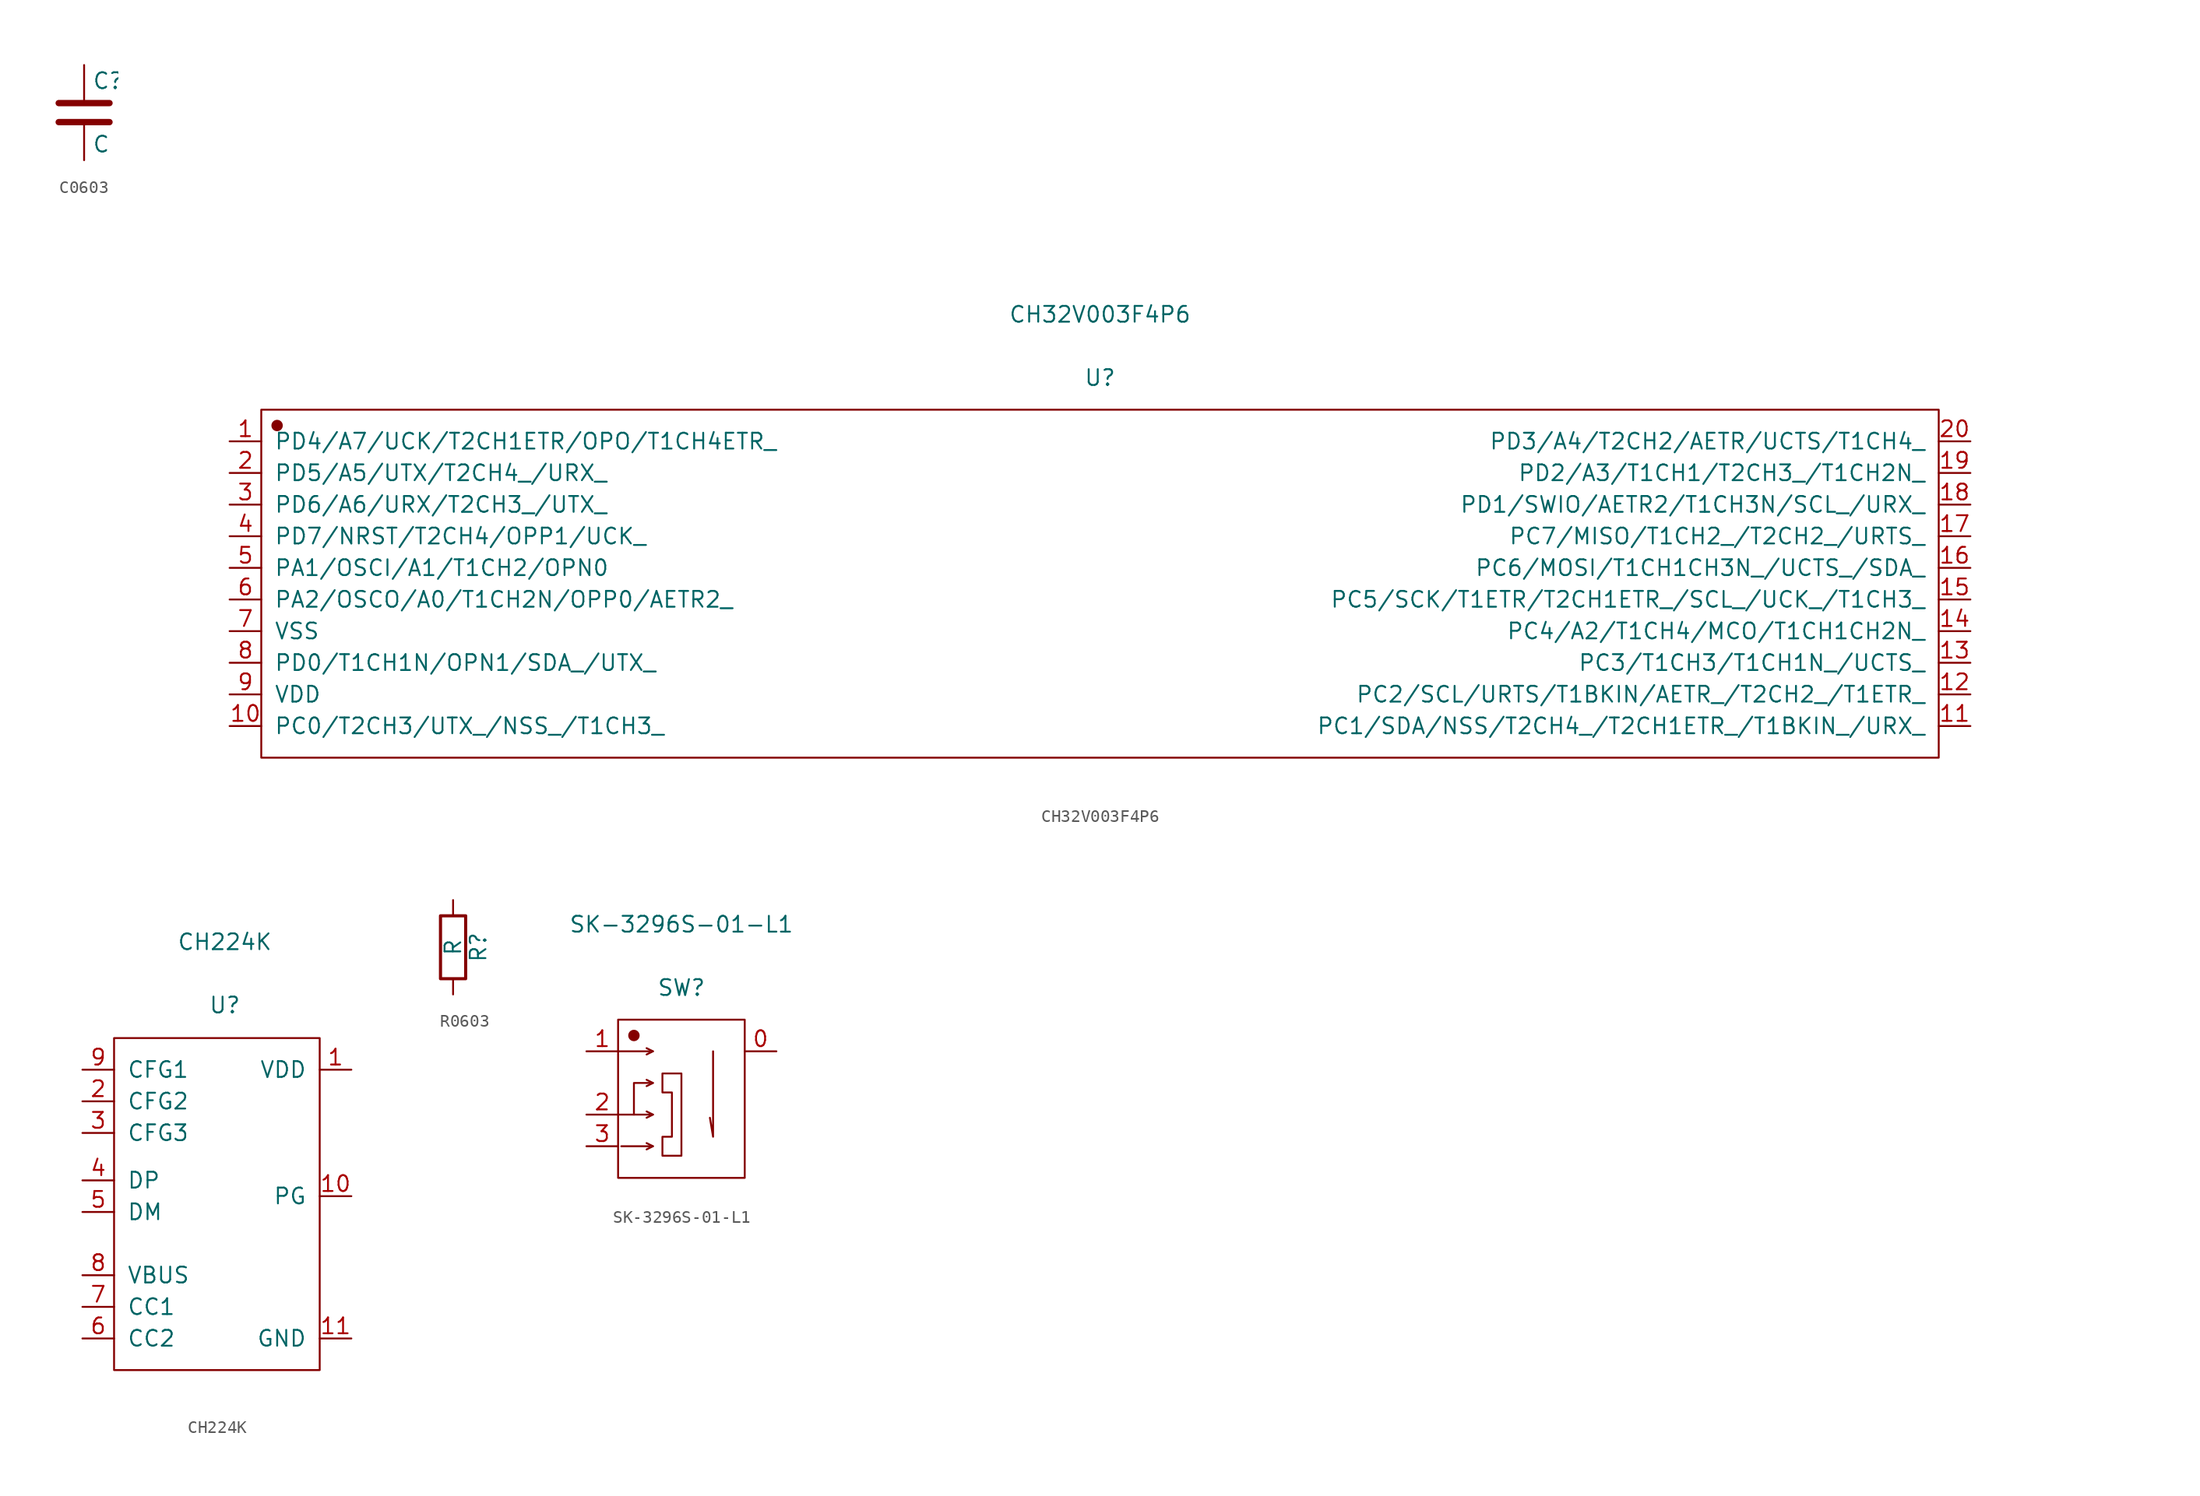
<source format=kicad_sym>
(kicad_symbol_lib
  (version 20220914)
  (generator kicad_symbol_editor)
  (symbol "C0603"
    (pin_numbers hide)
    (pin_names
      (offset 0.254))
    (property "Reference" "C"
      (at 0.635 2.54 0)
      (effects (font (size 1.27 1.27)) (justify left)))
    (property "Value" "C"
      (at 0.635 -2.54 0)
      (effects (font (size 1.27 1.27)) (justify left)))
    (symbol "C0603_0_1"
      (polyline (pts (xy -2.032 -0.762) (xy 2.032 -0.762)) (stroke (width 0.508) (type default)) (fill (type none)))
      (polyline (pts (xy -2.032 0.762) (xy 2.032 0.762)) (stroke (width 0.508) (type default)) (fill (type none))))
    (symbol "C0603_1_1"
      (pin passive line (at 0 3.81 270) (length 2.794) (name "~" (effects (font (size 1.27 1.27)))) (number "1" (effects (font (size 1.27 1.27)))))
      (pin passive line (at 0 -3.81 90) (length 2.794) (name "~" (effects (font (size 1.27 1.27)))) (number "2" (effects (font (size 1.27 1.27)))))))
  (symbol "CH32V003F4P6"
    (pin_names
      (offset 1.016))
    (property "Reference" "U"
      (at 0 16.535 0)
      (effects (font (size 1.27 1.27))))
    (property "Value" "CH32V003F4P6"
      (at 0 21.615 0)
      (effects (font (size 1.27 1.27))))
    (symbol "CH32V003F4P6_1_1"
      (rectangle (start -67.31 13.97) (end 67.31 -13.97) (stroke (width 0.152) (type solid)) (fill (type none)))
      (circle (center -66.04 12.7) (radius 0.381) (stroke (width 0.152) (type solid)) (fill (type outline)))
      (pin input line (at -69.85 11.43 0) (length 2.54) (name "PD4/A7/UCK/T2CH1ETR/OPO/T1CH4ETR_" (effects (font (size 1.27 1.27)))) (number "1" (effects (font (size 1.27 1.27)))))
      (pin input line (at -69.85 -11.43 0) (length 2.54) (name "PC0/T2CH3/UTX_/NSS_/T1CH3_" (effects (font (size 1.27 1.27)))) (number "10" (effects (font (size 1.27 1.27)))))
      (pin input line (at 69.85 -11.43 180) (length 2.54) (name "PC1/SDA/NSS/T2CH4_/T2CH1ETR_/T1BKIN_/URX_" (effects (font (size 1.27 1.27)))) (number "11" (effects (font (size 1.27 1.27)))))
      (pin input line (at 69.85 -8.89 180) (length 2.54) (name "PC2/SCL/URTS/T1BKIN/AETR_/T2CH2_/T1ETR_" (effects (font (size 1.27 1.27)))) (number "12" (effects (font (size 1.27 1.27)))))
      (pin input line (at 69.85 -6.35 180) (length 2.54) (name "PC3/T1CH3/T1CH1N_/UCTS_" (effects (font (size 1.27 1.27)))) (number "13" (effects (font (size 1.27 1.27)))))
      (pin input line (at 69.85 -3.81 180) (length 2.54) (name "PC4/A2/T1CH4/MCO/T1CH1CH2N_" (effects (font (size 1.27 1.27)))) (number "14" (effects (font (size 1.27 1.27)))))
      (pin input line (at 69.85 -1.27 180) (length 2.54) (name "PC5/SCK/T1ETR/T2CH1ETR_/SCL_/UCK_/T1CH3_" (effects (font (size 1.27 1.27)))) (number "15" (effects (font (size 1.27 1.27)))))
      (pin input line (at 69.85 1.27 180) (length 2.54) (name "PC6/MOSI/T1CH1CH3N_/UCTS_/SDA_" (effects (font (size 1.27 1.27)))) (number "16" (effects (font (size 1.27 1.27)))))
      (pin input line (at 69.85 3.81 180) (length 2.54) (name "PC7/MISO/T1CH2_/T2CH2_/URTS_" (effects (font (size 1.27 1.27)))) (number "17" (effects (font (size 1.27 1.27)))))
      (pin input line (at 69.85 6.35 180) (length 2.54) (name "PD1/SWIO/AETR2/T1CH3N/SCL_/URX_" (effects (font (size 1.27 1.27)))) (number "18" (effects (font (size 1.27 1.27)))))
      (pin input line (at 69.85 8.89 180) (length 2.54) (name "PD2/A3/T1CH1/T2CH3_/T1CH2N_" (effects (font (size 1.27 1.27)))) (number "19" (effects (font (size 1.27 1.27)))))
      (pin input line (at -69.85 8.89 0) (length 2.54) (name "PD5/A5/UTX/T2CH4_/URX_" (effects (font (size 1.27 1.27)))) (number "2" (effects (font (size 1.27 1.27)))))
      (pin input line (at 69.85 11.43 180) (length 2.54) (name "PD3/A4/T2CH2/AETR/UCTS/T1CH4_" (effects (font (size 1.27 1.27)))) (number "20" (effects (font (size 1.27 1.27)))))
      (pin input line (at -69.85 6.35 0) (length 2.54) (name "PD6/A6/URX/T2CH3_/UTX_" (effects (font (size 1.27 1.27)))) (number "3" (effects (font (size 1.27 1.27)))))
      (pin input line (at -69.85 3.81 0) (length 2.54) (name "PD7/NRST/T2CH4/OPP1/UCK_" (effects (font (size 1.27 1.27)))) (number "4" (effects (font (size 1.27 1.27)))))
      (pin input line (at -69.85 1.27 0) (length 2.54) (name "PA1/OSCI/A1/T1CH2/OPN0" (effects (font (size 1.27 1.27)))) (number "5" (effects (font (size 1.27 1.27)))))
      (pin input line (at -69.85 -1.27 0) (length 2.54) (name "PA2/OSCO/A0/T1CH2N/OPP0/AETR2_" (effects (font (size 1.27 1.27)))) (number "6" (effects (font (size 1.27 1.27)))))
      (pin input line (at -69.85 -3.81 0) (length 2.54) (name "VSS" (effects (font (size 1.27 1.27)))) (number "7" (effects (font (size 1.27 1.27)))))
      (pin input line (at -69.85 -6.35 0) (length 2.54) (name "PD0/T1CH1N/OPN1/SDA_/UTX_" (effects (font (size 1.27 1.27)))) (number "8" (effects (font (size 1.27 1.27)))))
      (pin input line (at -69.85 -8.89 0) (length 2.54) (name "VDD" (effects (font (size 1.27 1.27)))) (number "9" (effects (font (size 1.27 1.27)))))))
  (symbol "CH224K"
    (pin_names
      (offset 1.016))
    (property "Reference" "U"
      (at 0 15.342 0)
      (effects (font (size 1.27 1.27))))
    (property "Value" "CH224K"
      (at 0 20.422 0)
      (effects (font (size 1.27 1.27))))
    (symbol "CH224K_1_1"
      (rectangle (start -8.89 12.7) (end 7.62 -13.97) (stroke (width 0.152) (type solid)) (fill (type none)))
      (pin input line (at 10.16 10.16 180) (length 2.54) (name "VDD" (effects (font (size 1.27 1.27)))) (number "1" (effects (font (size 1.27 1.27)))))
      (pin input line (at 10.16 0 180) (length 2.54) (name "PG" (effects (font (size 1.27 1.27)))) (number "10" (effects (font (size 1.27 1.27)))))
      (pin input line (at 10.16 -11.43 180) (length 2.54) (name "GND" (effects (font (size 1.27 1.27)))) (number "11" (effects (font (size 1.27 1.27)))))
      (pin input line (at -11.43 7.62 0) (length 2.54) (name "CFG2" (effects (font (size 1.27 1.27)))) (number "2" (effects (font (size 1.27 1.27)))))
      (pin input line (at -11.43 5.08 0) (length 2.54) (name "CFG3" (effects (font (size 1.27 1.27)))) (number "3" (effects (font (size 1.27 1.27)))))
      (pin input line (at -11.43 1.27 0) (length 2.54) (name "DP" (effects (font (size 1.27 1.27)))) (number "4" (effects (font (size 1.27 1.27)))))
      (pin input line (at -11.43 -1.27 0) (length 2.54) (name "DM" (effects (font (size 1.27 1.27)))) (number "5" (effects (font (size 1.27 1.27)))))
      (pin input line (at -11.43 -11.43 0) (length 2.54) (name "CC2" (effects (font (size 1.27 1.27)))) (number "6" (effects (font (size 1.27 1.27)))))
      (pin input line (at -11.43 -8.89 0) (length 2.54) (name "CC1" (effects (font (size 1.27 1.27)))) (number "7" (effects (font (size 1.27 1.27)))))
      (pin input line (at -11.43 -6.35 0) (length 2.54) (name "VBUS" (effects (font (size 1.27 1.27)))) (number "8" (effects (font (size 1.27 1.27)))))
      (pin input line (at -11.43 10.16 0) (length 2.54) (name "CFG1" (effects (font (size 1.27 1.27)))) (number "9" (effects (font (size 1.27 1.27)))))))
  (symbol "R0603"
    (pin_numbers hide)
    (pin_names
      (offset 0))
    (property "Reference" "R"
      (at 2.032 0 90)
      (effects (font (size 1.27 1.27))))
    (property "Value" "R"
      (at 0 0 90)
      (effects (font (size 1.27 1.27))))
    (symbol "R0603_0_1"
      (rectangle (start -1.016 -2.54) (end 1.016 2.54) (stroke (width 0.254) (type default)) (fill (type none))))
    (symbol "R0603_1_1"
      (pin passive line (at 0 3.81 270) (length 1.27) (name "~" (effects (font (size 1.27 1.27)))) (number "1" (effects (font (size 1.27 1.27)))))
      (pin passive line (at 0 -3.81 90) (length 1.27) (name "~" (effects (font (size 1.27 1.27)))) (number "2" (effects (font (size 1.27 1.27)))))))
  (symbol "SK-3296S-01-L1"
    (pin_names
      (offset 1.016) hide)
    (property "Reference" "SW"
      (at 0 7.645 0)
      (effects (font (size 1.27 1.27))))
    (property "Value" "SK-3296S-01-L1"
      (at 0 12.725 0)
      (effects (font (size 1.27 1.27))))
    (symbol "SK-3296S-01-L1_1_1"
      (rectangle (start -5.08 5.08) (end 5.08 -7.62) (stroke (width 0.152) (type solid)) (fill (type none)))
      (circle (center -3.81 3.81) (radius 0.381) (stroke (width 0.152) (type solid)) (fill (type outline)))
      (polyline (pts (xy -5.08 -2.54) (xy -2.54 -2.54)) (stroke (width 0.152) (type solid)) (fill (type none)))
      (polyline (pts (xy -5.08 2.54) (xy -2.54 2.54)) (stroke (width 0.152) (type solid)) (fill (type none)))
      (polyline (pts (xy -4.826 -5.08) (xy -2.54 -5.08)) (stroke (width 0.152) (type solid)) (fill (type none)))
      (polyline (pts (xy -2.286 -5.08) (xy -2.794 -5.334)) (stroke (width 0.152) (type solid)) (fill (type none)))
      (polyline (pts (xy -2.286 -5.08) (xy -2.794 -4.826)) (stroke (width 0.152) (type solid)) (fill (type none)))
      (polyline (pts (xy -2.286 -2.54) (xy -2.794 -2.794)) (stroke (width 0.152) (type solid)) (fill (type none)))
      (polyline (pts (xy -2.286 -2.54) (xy -2.794 -2.286)) (stroke (width 0.152) (type solid)) (fill (type none)))
      (polyline (pts (xy -2.286 0) (xy -2.794 -0.254)) (stroke (width 0.152) (type solid)) (fill (type none)))
      (polyline (pts (xy -2.286 0) (xy -2.794 0.254)) (stroke (width 0.152) (type solid)) (fill (type none)))
      (polyline (pts (xy -2.286 2.54) (xy -2.794 2.286)) (stroke (width 0.152) (type solid)) (fill (type none)))
      (polyline (pts (xy -2.286 2.54) (xy -2.794 2.794)) (stroke (width 0.152) (type solid)) (fill (type none)))
      (polyline (pts (xy -3.81 -2.54) (xy -3.81 0) (xy -2.54 0)) (stroke (width 0.152) (type solid)) (fill (type none)))
      (polyline (pts (xy 2.54 2.54) (xy 2.54 -4.318) (xy 2.286 -2.794)) (stroke (width 0.152) (type solid)) (fill (type none)))
      (polyline (pts (xy -1.524 0.762) (xy 0 0.762) (xy 0 -5.842) (xy -1.524 -5.842) (xy -1.524 -4.318) (xy -0.762 -4.318) (xy -0.762 -0.762) (xy -1.524 -0.762) (xy -1.524 0.762)) (stroke (width 0.152) (type solid)) (fill (type none)))
      (pin input line (at 7.62 2.54 180) (length 2.54) (name "0" (effects (font (size 1.27 1.27)))) (number "0" (effects (font (size 1.27 1.27)))))
      (pin input line (at -7.62 2.54 0) (length 2.54) (name "1" (effects (font (size 1.27 1.27)))) (number "1" (effects (font (size 1.27 1.27)))))
      (pin input line (at -7.62 -2.54 0) (length 2.54) (name "2" (effects (font (size 1.27 1.27)))) (number "2" (effects (font (size 1.27 1.27)))))
      (pin input line (at -7.62 -5.08 0) (length 2.54) (name "3" (effects (font (size 1.27 1.27)))) (number "3" (effects (font (size 1.27 1.27))))))))
</source>
